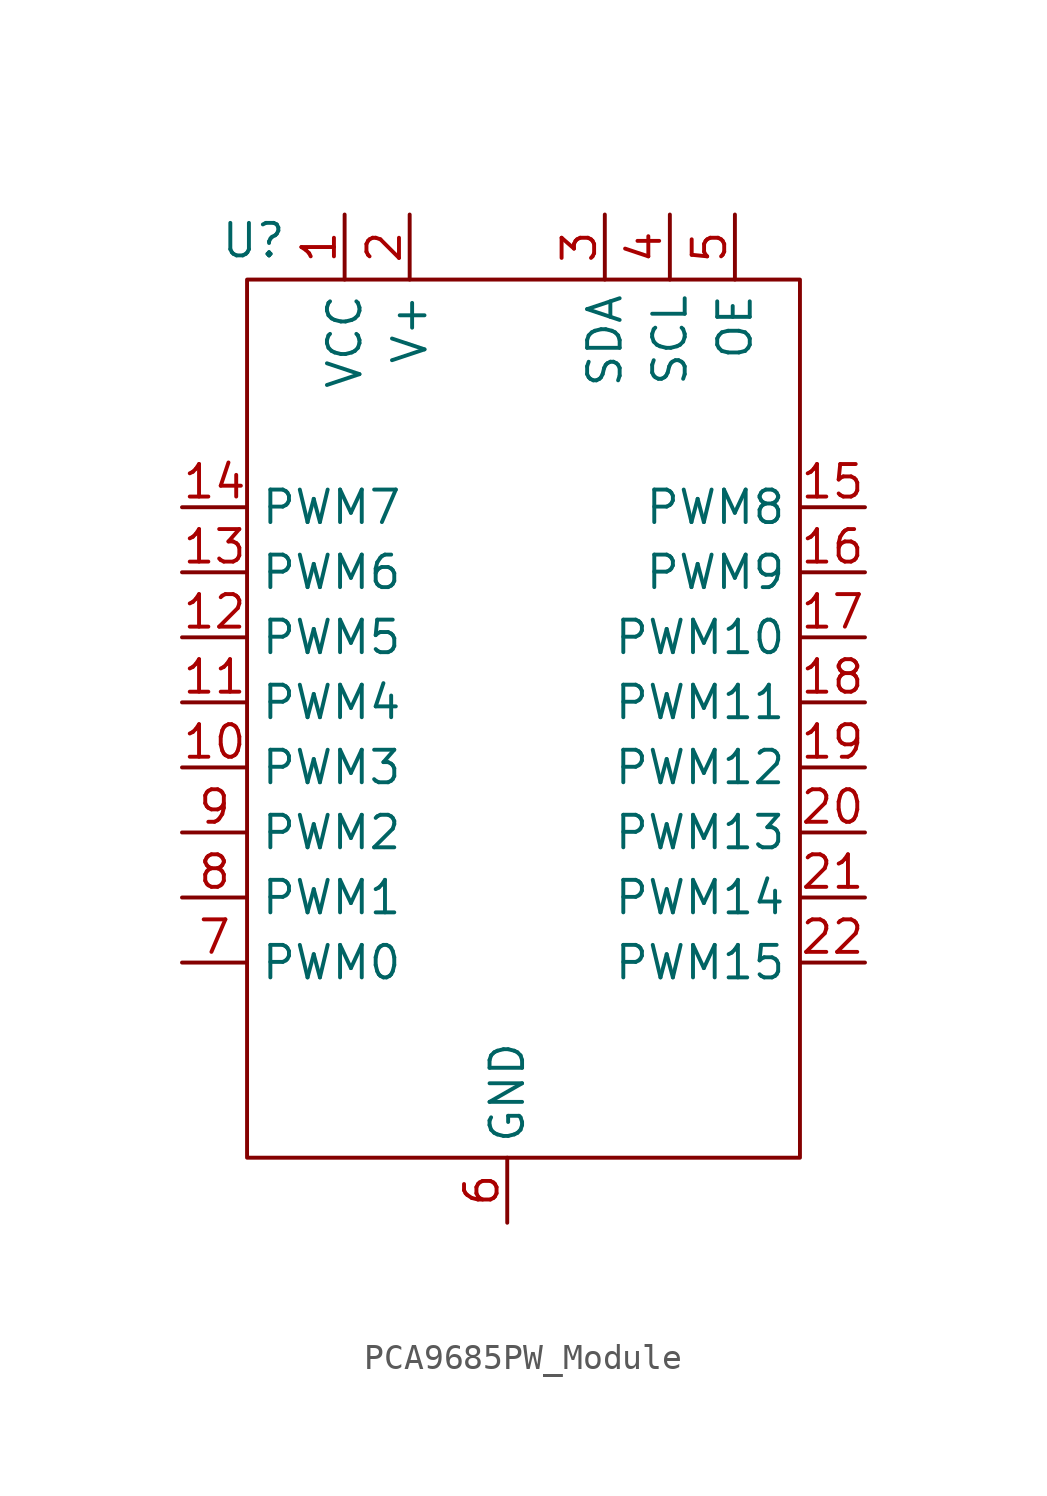
<source format=kicad_sym>
(kicad_symbol_lib
  (version 20241209)
  (generator "kicad_symbol_editor")
  (generator_version "9.0")
  (symbol "PCA9685PW_Module"
    (property "Reference" "U"
      (at -4.826 18.034 0)
      (effects (font (size 1.27 1.27))))
    (property "Value" ""
      (at 0 0 0)
      (effects (font (size 1.27 1.27))))
    (symbol "PCA9685PW_Module_0_1"
      (rectangle (start -5.08 16.51) (end 16.51 -17.78) (stroke (width 0) (type default)) (fill (type none))))
    (symbol "PCA9685PW_Module_1_1"
      (pin output line (at -7.62 7.62 0) (length 2.54) (name "PWM7" (effects (font (size 1.27 1.27)))) (number "14" (effects (font (size 1.27 1.27)))))
      (pin output line (at -7.62 5.08 0) (length 2.54) (name "PWM6" (effects (font (size 1.27 1.27)))) (number "13" (effects (font (size 1.27 1.27)))))
      (pin output line (at -7.62 2.54 0) (length 2.54) (name "PWM5" (effects (font (size 1.27 1.27)))) (number "12" (effects (font (size 1.27 1.27)))))
      (pin output line (at -7.62 0 0) (length 2.54) (name "PWM4" (effects (font (size 1.27 1.27)))) (number "11" (effects (font (size 1.27 1.27)))))
      (pin output line (at -7.62 -2.54 0) (length 2.54) (name "PWM3" (effects (font (size 1.27 1.27)))) (number "10" (effects (font (size 1.27 1.27)))))
      (pin output line (at -7.62 -5.08 0) (length 2.54) (name "PWM2" (effects (font (size 1.27 1.27)))) (number "9" (effects (font (size 1.27 1.27)))))
      (pin output line (at -7.62 -7.62 0) (length 2.54) (name "PWM1" (effects (font (size 1.27 1.27)))) (number "8" (effects (font (size 1.27 1.27)))))
      (pin output line (at -7.62 -10.16 0) (length 2.54) (name "PWM0" (effects (font (size 1.27 1.27)))) (number "7" (effects (font (size 1.27 1.27)))))
      (pin power_in line (at -1.27 19.05 270) (length 2.54) (name "VCC" (effects (font (size 1.27 1.27)))) (number "1" (effects (font (size 1.27 1.27)))))
      (pin power_in line (at 1.27 19.05 270) (length 2.54) (name "V+" (effects (font (size 1.27 1.27)))) (number "2" (effects (font (size 1.27 1.27)))))
      (pin power_in line (at 5.08 -20.32 90) (length 2.54) (name "GND" (effects (font (size 1.27 1.27)))) (number "6" (effects (font (size 1.27 1.27)))))
      (pin bidirectional line (at 8.89 19.05 270) (length 2.54) (name "SDA" (effects (font (size 1.27 1.27)))) (number "3" (effects (font (size 1.27 1.27)))))
      (pin input line (at 11.43 19.05 270) (length 2.54) (name "SCL" (effects (font (size 1.27 1.27)))) (number "4" (effects (font (size 1.27 1.27)))))
      (pin input line (at 13.97 19.05 270) (length 2.54) (name "OE" (effects (font (size 1.27 1.27)))) (number "5" (effects (font (size 1.27 1.27)))))
      (pin output line (at 19.05 7.62 180) (length 2.54) (name "PWM8" (effects (font (size 1.27 1.27)))) (number "15" (effects (font (size 1.27 1.27)))))
      (pin output line (at 19.05 5.08 180) (length 2.54) (name "PWM9" (effects (font (size 1.27 1.27)))) (number "16" (effects (font (size 1.27 1.27)))))
      (pin output line (at 19.05 2.54 180) (length 2.54) (name "PWM10" (effects (font (size 1.27 1.27)))) (number "17" (effects (font (size 1.27 1.27)))))
      (pin output line (at 19.05 0 180) (length 2.54) (name "PWM11" (effects (font (size 1.27 1.27)))) (number "18" (effects (font (size 1.27 1.27)))))
      (pin output line (at 19.05 -2.54 180) (length 2.54) (name "PWM12" (effects (font (size 1.27 1.27)))) (number "19" (effects (font (size 1.27 1.27)))))
      (pin output line (at 19.05 -5.08 180) (length 2.54) (name "PWM13" (effects (font (size 1.27 1.27)))) (number "20" (effects (font (size 1.27 1.27)))))
      (pin output line (at 19.05 -7.62 180) (length 2.54) (name "PWM14" (effects (font (size 1.27 1.27)))) (number "21" (effects (font (size 1.27 1.27)))))
      (pin output line (at 19.05 -10.16 180) (length 2.54) (name "PWM15" (effects (font (size 1.27 1.27)))) (number "22" (effects (font (size 1.27 1.27))))))))
</source>
